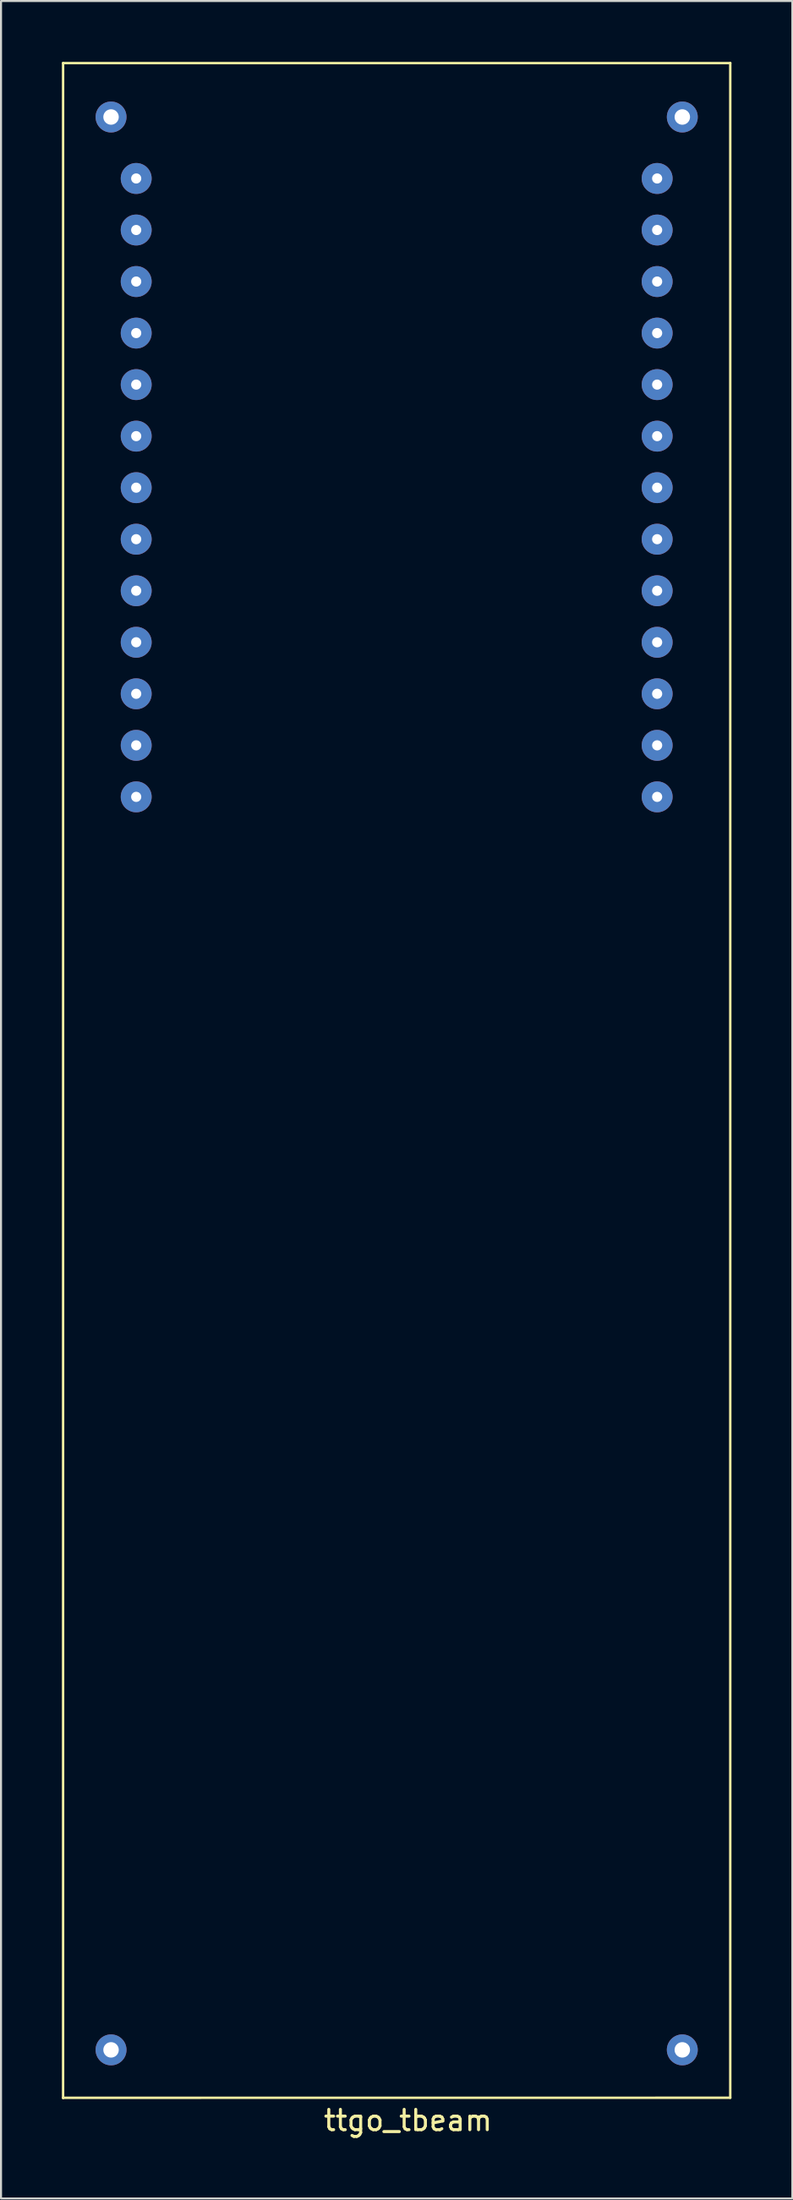
<source format=kicad_pcb>
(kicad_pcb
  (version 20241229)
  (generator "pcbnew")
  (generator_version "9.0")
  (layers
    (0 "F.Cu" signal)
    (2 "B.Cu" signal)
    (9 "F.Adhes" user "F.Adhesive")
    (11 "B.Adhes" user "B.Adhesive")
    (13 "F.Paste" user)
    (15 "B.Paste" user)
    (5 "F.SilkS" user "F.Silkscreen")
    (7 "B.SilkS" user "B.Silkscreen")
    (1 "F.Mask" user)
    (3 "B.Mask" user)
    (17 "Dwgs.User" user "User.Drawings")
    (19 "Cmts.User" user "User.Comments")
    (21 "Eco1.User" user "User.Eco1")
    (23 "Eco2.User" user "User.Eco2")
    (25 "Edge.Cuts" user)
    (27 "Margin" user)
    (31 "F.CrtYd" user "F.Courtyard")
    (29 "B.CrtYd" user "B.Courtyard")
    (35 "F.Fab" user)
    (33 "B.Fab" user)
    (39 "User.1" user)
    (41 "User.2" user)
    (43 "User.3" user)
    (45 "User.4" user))
  (footprint "ttgo_tbeam"
    (layer "F.Cu")
    (at 16.504 100.347)
    (property "Reference" "ttgo_tbeam" (at 0.559 1.118 0) (layer "F.SilkS") (effects (font (size 1 1) (thickness 0.15))))
    (attr through_hole)
    (fp_line (start -16.444 -100.287) (end 16.444 -100.287) (stroke (width 0.12) (type solid)) (layer "F.SilkS"))
    (fp_line (start -16.444 0.015) (end -16.444 -100.287) (stroke (width 0.12) (type solid)) (layer "F.SilkS"))
    (fp_line (start 16.444 -100.287) (end 16.444 0) (stroke (width 0.12) (type solid)) (layer "F.SilkS"))
    (fp_line (start 16.444 0) (end -16.444 0.003) (stroke (width 0.12) (type solid)) (layer "F.SilkS"))
    (pad "" np_thru_hole circle (at -14.08 -97.63) (size 1.524 1.524) (drill 0.762) (layers "*.Cu" "*.Mask"))
    (pad "" np_thru_hole circle (at -14.08 -2.36) (size 1.524 1.524) (drill 0.762) (layers "*.Cu" "*.Mask"))
    (pad "" np_thru_hole circle (at 14.08 -97.63) (size 1.524 1.524) (drill 0.762) (layers "*.Cu" "*.Mask"))
    (pad "" np_thru_hole circle (at 14.08 -2.36) (size 1.524 1.524) (drill 0.762) (layers "*.Cu" "*.Mask"))
    (pad "0" thru_hole circle (at 12.84 -84.44) (size 1.524 1.524) (drill 0.5) (layers "*.Cu" "*.Mask"))
    (pad "1" thru_hole circle (at 12.84 -94.6) (size 1.524 1.524) (drill 0.5) (layers "*.Cu" "*.Mask"))
    (pad "2" thru_hole circle (at -12.84 -69.2) (size 1.524 1.524) (drill 0.5) (layers "*.Cu" "*.Mask"))
    (pad "3" thru_hole circle (at 12.84 -92.06) (size 1.524 1.524) (drill 0.5) (layers "*.Cu" "*.Mask"))
    (pad "3.3V" thru_hole circle (at 12.84 -69.2) (size 1.524 1.524) (drill 0.5) (layers "*.Cu" "*.Mask"))
    (pad "3V3" thru_hole circle (at 12.84 -79.36) (size 1.524 1.524) (drill 0.5) (layers "*.Cu" "*.Mask"))
    (pad "4" thru_hole circle (at 12.84 -86.98) (size 1.524 1.524) (drill 0.5) (layers "*.Cu" "*.Mask"))
    (pad "5V" thru_hole circle (at -12.84 -64.12) (size 1.524 1.524) (drill 0.5) (layers "*.Cu" "*.Mask"))
    (pad "13" thru_hole circle (at -12.84 -71.74) (size 1.524 1.524) (drill 0.5) (layers "*.Cu" "*.Mask"))
    (pad "14" thru_hole circle (at -12.84 -74.28) (size 1.524 1.524) (drill 0.5) (layers "*.Cu" "*.Mask"))
    (pad "15" thru_hole circle (at -12.84 -86.98) (size 1.524 1.524) (drill 0.5) (layers "*.Cu" "*.Mask"))
    (pad "21" thru_hole circle (at 12.84 -71.74) (size 1.524 1.524) (drill 0.5) (layers "*.Cu" "*.Mask"))
    (pad "22" thru_hole circle (at 12.84 -74.28) (size 1.524 1.524) (drill 0.5) (layers "*.Cu" "*.Mask"))
    (pad "23" thru_hole circle (at 12.84 -89.52) (size 1.524 1.524) (drill 0.5) (layers "*.Cu" "*.Mask"))
    (pad "25" thru_hole circle (at -12.84 -76.82) (size 1.524 1.524) (drill 0.5) (layers "*.Cu" "*.Mask"))
    (pad "32" thru_hole circle (at -12.84 -81.9) (size 1.524 1.524) (drill 0.5) (layers "*.Cu" "*.Mask"))
    (pad "33" thru_hole circle (at -12.84 -79.36) (size 1.524 1.524) (drill 0.5) (layers "*.Cu" "*.Mask"))
    (pad "35" thru_hole circle (at -12.84 -84.44) (size 1.524 1.524) (drill 0.5) (layers "*.Cu" "*.Mask"))
    (pad "36" thru_hole circle (at -12.84 -94.6) (size 1.524 1.524) (drill 0.5) (layers "*.Cu" "*.Mask"))
    (pad "39" thru_hole circle (at -12.84 -92.06) (size 1.524 1.524) (drill 0.5) (layers "*.Cu" "*.Mask"))
    (pad "GND1" thru_hole circle (at -12.84 -66.66) (size 1.524 1.524) (drill 0.5) (layers "*.Cu" "*.Mask"))
    (pad "GND2" thru_hole circle (at 12.84 -81.9) (size 1.524 1.524) (drill 0.5) (layers "*.Cu" "*.Mask"))
    (pad "GND3" thru_hole circle (at 12.84 -76.82) (size 1.524 1.524) (drill 0.5) (layers "*.Cu" "*.Mask"))
    (pad "LoRa1" thru_hole circle (at 12.84 -64.12) (size 1.524 1.524) (drill 0.5) (layers "*.Cu" "*.Mask"))
    (pad "LoRa2" thru_hole circle (at 12.84 -66.66) (size 1.524 1.524) (drill 0.5) (layers "*.Cu" "*.Mask"))
    (pad "RST" thru_hole circle (at -12.84 -89.52) (size 1.524 1.524) (drill 0.5) (layers "*.Cu" "*.Mask")))
  (gr_rect
    (start -3 -3)
    (end 36.008 105.313)
    (stroke (width 0.1) (type default))
    (fill no)
    (layer "Edge.Cuts")))
</source>
